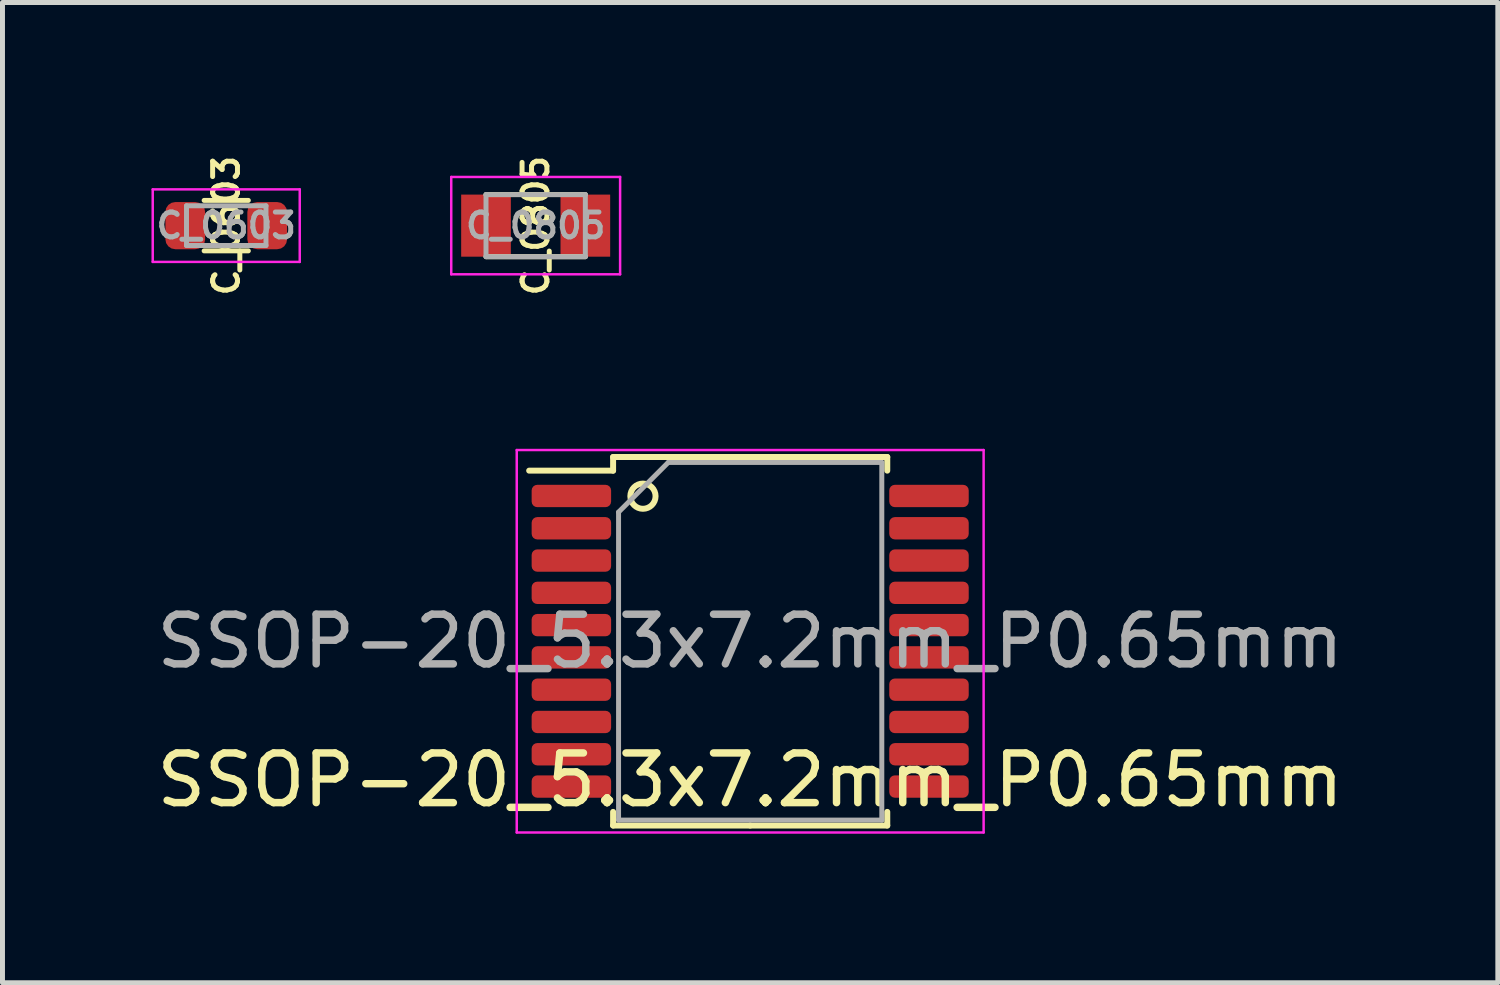
<source format=kicad_pcb>
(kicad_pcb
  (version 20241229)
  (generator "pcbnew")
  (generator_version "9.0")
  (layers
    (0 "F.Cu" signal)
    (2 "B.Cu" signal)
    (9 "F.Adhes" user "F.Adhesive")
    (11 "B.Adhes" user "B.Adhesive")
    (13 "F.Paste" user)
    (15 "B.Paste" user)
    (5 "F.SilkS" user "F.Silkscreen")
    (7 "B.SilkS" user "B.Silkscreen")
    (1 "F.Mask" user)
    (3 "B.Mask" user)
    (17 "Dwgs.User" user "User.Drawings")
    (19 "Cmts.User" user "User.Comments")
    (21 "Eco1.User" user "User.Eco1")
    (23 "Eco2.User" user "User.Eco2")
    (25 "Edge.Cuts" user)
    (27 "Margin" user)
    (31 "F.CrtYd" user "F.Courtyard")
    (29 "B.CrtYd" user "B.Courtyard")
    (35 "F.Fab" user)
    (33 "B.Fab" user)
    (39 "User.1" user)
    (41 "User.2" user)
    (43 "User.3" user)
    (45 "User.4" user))
  (footprint "SSOP-20_5.3x7.2mm_P0.65mm"
    (layer "F.Cu")
    (at 12.054 9.861)
    (property "Reference" "SSOP-20_5.3x7.2mm_P0.65mm" (at 0 2.794 0) (layer "F.SilkS") (effects (font (size 1 1) (thickness 0.15))))
    (attr smd)
    (fp_line (start -2.76 -3.71) (end -2.76 -3.435) (stroke (width 0.12) (type solid)) (layer "F.SilkS"))
    (fp_line (start -2.76 -3.435) (end -4.45 -3.435) (stroke (width 0.12) (type solid)) (layer "F.SilkS"))
    (fp_line (start -2.76 3.71) (end -2.76 3.435) (stroke (width 0.12) (type solid)) (layer "F.SilkS"))
    (fp_line (start 0 -3.71) (end -2.76 -3.71) (stroke (width 0.12) (type solid)) (layer "F.SilkS"))
    (fp_line (start 0 -3.71) (end 2.76 -3.71) (stroke (width 0.12) (type solid)) (layer "F.SilkS"))
    (fp_line (start 0 3.71) (end -2.76 3.71) (stroke (width 0.12) (type solid)) (layer "F.SilkS"))
    (fp_line (start 0 3.71) (end 2.76 3.71) (stroke (width 0.12) (type solid)) (layer "F.SilkS"))
    (fp_line (start 2.76 -3.71) (end 2.76 -3.435) (stroke (width 0.12) (type solid)) (layer "F.SilkS"))
    (fp_line (start 2.76 3.71) (end 2.76 3.435) (stroke (width 0.12) (type solid)) (layer "F.SilkS"))
    (fp_circle (center -2.159 -2.921) (end -1.905 -2.921) (stroke (width 0.12) (type solid)) (fill no) (layer "F.SilkS"))
    (fp_line (start -4.7 -3.85) (end -4.7 3.85) (stroke (width 0.05) (type solid)) (layer "F.CrtYd"))
    (fp_line (start -4.7 3.85) (end 4.7 3.85) (stroke (width 0.05) (type solid)) (layer "F.CrtYd"))
    (fp_line (start 4.7 -3.85) (end -4.7 -3.85) (stroke (width 0.05) (type solid)) (layer "F.CrtYd"))
    (fp_line (start 4.7 3.85) (end 4.7 -3.85) (stroke (width 0.05) (type solid)) (layer "F.CrtYd"))
    (fp_line (start -2.65 -2.6) (end -1.65 -3.6) (stroke (width 0.1) (type solid)) (layer "F.Fab"))
    (fp_line (start -2.65 3.6) (end -2.65 -2.6) (stroke (width 0.1) (type solid)) (layer "F.Fab"))
    (fp_line (start -1.65 -3.6) (end 2.65 -3.6) (stroke (width 0.1) (type solid)) (layer "F.Fab"))
    (fp_line (start 2.65 -3.6) (end 2.65 3.6) (stroke (width 0.1) (type solid)) (layer "F.Fab"))
    (fp_line (start 2.65 3.6) (end -2.65 3.6) (stroke (width 0.1) (type solid)) (layer "F.Fab"))
    (fp_text user "${REFERENCE}" (at 0 0 0) (layer "F.Fab") (effects (font (size 1 1) (thickness 0.15))))
    (pad "1" smd roundrect (at -3.6 -2.925) (size 1.6 0.45) (layers "F.Cu" "F.Mask" "F.Paste") (roundrect_rratio 0.25))
    (pad "2" smd roundrect (at -3.6 -2.275) (size 1.6 0.45) (layers "F.Cu" "F.Mask" "F.Paste") (roundrect_rratio 0.25))
    (pad "3" smd roundrect (at -3.6 -1.625) (size 1.6 0.45) (layers "F.Cu" "F.Mask" "F.Paste") (roundrect_rratio 0.25))
    (pad "4" smd roundrect (at -3.6 -0.975) (size 1.6 0.45) (layers "F.Cu" "F.Mask" "F.Paste") (roundrect_rratio 0.25))
    (pad "5" smd roundrect (at -3.6 -0.325) (size 1.6 0.45) (layers "F.Cu" "F.Mask" "F.Paste") (roundrect_rratio 0.25))
    (pad "6" smd roundrect (at -3.6 0.325) (size 1.6 0.45) (layers "F.Cu" "F.Mask" "F.Paste") (roundrect_rratio 0.25))
    (pad "7" smd roundrect (at -3.6 0.975) (size 1.6 0.45) (layers "F.Cu" "F.Mask" "F.Paste") (roundrect_rratio 0.25))
    (pad "8" smd roundrect (at -3.6 1.625) (size 1.6 0.45) (layers "F.Cu" "F.Mask" "F.Paste") (roundrect_rratio 0.25))
    (pad "9" smd roundrect (at -3.6 2.275) (size 1.6 0.45) (layers "F.Cu" "F.Mask" "F.Paste") (roundrect_rratio 0.25))
    (pad "10" smd roundrect (at -3.6 2.925) (size 1.6 0.45) (layers "F.Cu" "F.Mask" "F.Paste") (roundrect_rratio 0.25))
    (pad "11" smd roundrect (at 3.6 2.925) (size 1.6 0.45) (layers "F.Cu" "F.Mask" "F.Paste") (roundrect_rratio 0.25))
    (pad "12" smd roundrect (at 3.6 2.275) (size 1.6 0.45) (layers "F.Cu" "F.Mask" "F.Paste") (roundrect_rratio 0.25))
    (pad "13" smd roundrect (at 3.6 1.625) (size 1.6 0.45) (layers "F.Cu" "F.Mask" "F.Paste") (roundrect_rratio 0.25))
    (pad "14" smd roundrect (at 3.6 0.975) (size 1.6 0.45) (layers "F.Cu" "F.Mask" "F.Paste") (roundrect_rratio 0.25))
    (pad "15" smd roundrect (at 3.6 0.325) (size 1.6 0.45) (layers "F.Cu" "F.Mask" "F.Paste") (roundrect_rratio 0.25))
    (pad "16" smd roundrect (at 3.6 -0.325) (size 1.6 0.45) (layers "F.Cu" "F.Mask" "F.Paste") (roundrect_rratio 0.25))
    (pad "17" smd roundrect (at 3.6 -0.975) (size 1.6 0.45) (layers "F.Cu" "F.Mask" "F.Paste") (roundrect_rratio 0.25))
    (pad "18" smd roundrect (at 3.6 -1.625) (size 1.6 0.45) (layers "F.Cu" "F.Mask" "F.Paste") (roundrect_rratio 0.25))
    (pad "19" smd roundrect (at 3.6 -2.275) (size 1.6 0.45) (layers "F.Cu" "F.Mask" "F.Paste") (roundrect_rratio 0.25))
    (pad "20" smd roundrect (at 3.6 -2.925) (size 1.6 0.45) (layers "F.Cu" "F.Mask" "F.Paste") (roundrect_rratio 0.25)))
  (footprint "C_0805"
    (layer "F.Cu")
    (at 7.735 1.493)
    (property "Reference" "C_0805" (at 0 0 90) (layer "F.SilkS") (effects (font (size 0.5 0.5) (thickness 0.1))))
    (attr smd)
    (fp_line (start -1 -0.625) (end 1 -0.625) (stroke (width 0.1) (type solid)) (layer "F.SilkS"))
    (fp_line (start -1 0.625) (end 1 0.625) (stroke (width 0.1) (type solid)) (layer "F.SilkS"))
    (fp_line (start -1.7 -0.98) (end 1.7 -0.98) (stroke (width 0.05) (type solid)) (layer "F.CrtYd"))
    (fp_line (start -1.7 0.98) (end -1.7 -0.98) (stroke (width 0.05) (type solid)) (layer "F.CrtYd"))
    (fp_line (start 1.7 -0.98) (end 1.7 0.98) (stroke (width 0.05) (type solid)) (layer "F.CrtYd"))
    (fp_line (start 1.7 0.98) (end -1.7 0.98) (stroke (width 0.05) (type solid)) (layer "F.CrtYd"))
    (fp_line (start -1 -0.625) (end -1 0.625) (stroke (width 0.1) (type solid)) (layer "F.Fab"))
    (fp_line (start -1 -0.625) (end 1 -0.625) (stroke (width 0.1) (type solid)) (layer "F.Fab"))
    (fp_line (start -1 0.625) (end 1 0.625) (stroke (width 0.1) (type solid)) (layer "F.Fab"))
    (fp_line (start 1 -0.625) (end 1 0.625) (stroke (width 0.1) (type solid)) (layer "F.Fab"))
    (fp_text user "${REFERENCE}" (at 0 0 0) (layer "F.Fab") (effects (font (size 0.5 0.5) (thickness 0.1))))
    (pad "1" smd rect (at -1 0) (size 1 1.25) (layers "F.Cu" "F.Mask" "F.Paste"))
    (pad "2" smd rect (at 1 0) (size 1 1.25) (layers "F.Cu" "F.Mask" "F.Paste")))
  (footprint "C_0603"
    (layer "F.Cu")
    (at 1.505 1.493)
    (property "Reference" "C_0603" (at 0 0 90) (layer "F.SilkS") (effects (font (size 0.5 0.5) (thickness 0.1))))
    (attr smd)
    (fp_line (start -0.445 -0.508) (end 0.445 -0.508) (stroke (width 0.1) (type solid)) (layer "F.SilkS"))
    (fp_line (start -0.445 0.508) (end 0.445 0.508) (stroke (width 0.1) (type solid)) (layer "F.SilkS"))
    (fp_line (start -1.48 -0.73) (end 1.48 -0.73) (stroke (width 0.05) (type solid)) (layer "F.CrtYd"))
    (fp_line (start -1.48 0.73) (end -1.48 -0.73) (stroke (width 0.05) (type solid)) (layer "F.CrtYd"))
    (fp_line (start 1.48 -0.73) (end 1.48 0.73) (stroke (width 0.05) (type solid)) (layer "F.CrtYd"))
    (fp_line (start 1.48 0.73) (end -1.48 0.73) (stroke (width 0.05) (type solid)) (layer "F.CrtYd"))
    (fp_line (start -0.8 -0.4) (end 0.8 -0.4) (stroke (width 0.1) (type solid)) (layer "F.Fab"))
    (fp_line (start -0.8 0.4) (end -0.8 -0.4) (stroke (width 0.1) (type solid)) (layer "F.Fab"))
    (fp_line (start 0.8 -0.4) (end 0.8 0.4) (stroke (width 0.1) (type solid)) (layer "F.Fab"))
    (fp_line (start 0.8 0.4) (end -0.8 0.4) (stroke (width 0.1) (type solid)) (layer "F.Fab"))
    (fp_text user "${REFERENCE}" (at 0 0 0) (layer "F.Fab") (effects (font (size 0.5 0.5) (thickness 0.1))))
    (pad "1" smd roundrect (at -0.825 0) (size 0.8 0.95) (layers "F.Cu" "F.Mask" "F.Paste") (roundrect_rratio 0.25))
    (pad "2" smd roundrect (at 0.825 0) (size 0.8 0.95) (layers "F.Cu" "F.Mask" "F.Paste") (roundrect_rratio 0.25)))
  (gr_rect
    (start -3 -3)
    (end 27.107 16.736)
    (stroke (width 0.1) (type default))
    (fill no)
    (layer "Edge.Cuts")))
</source>
